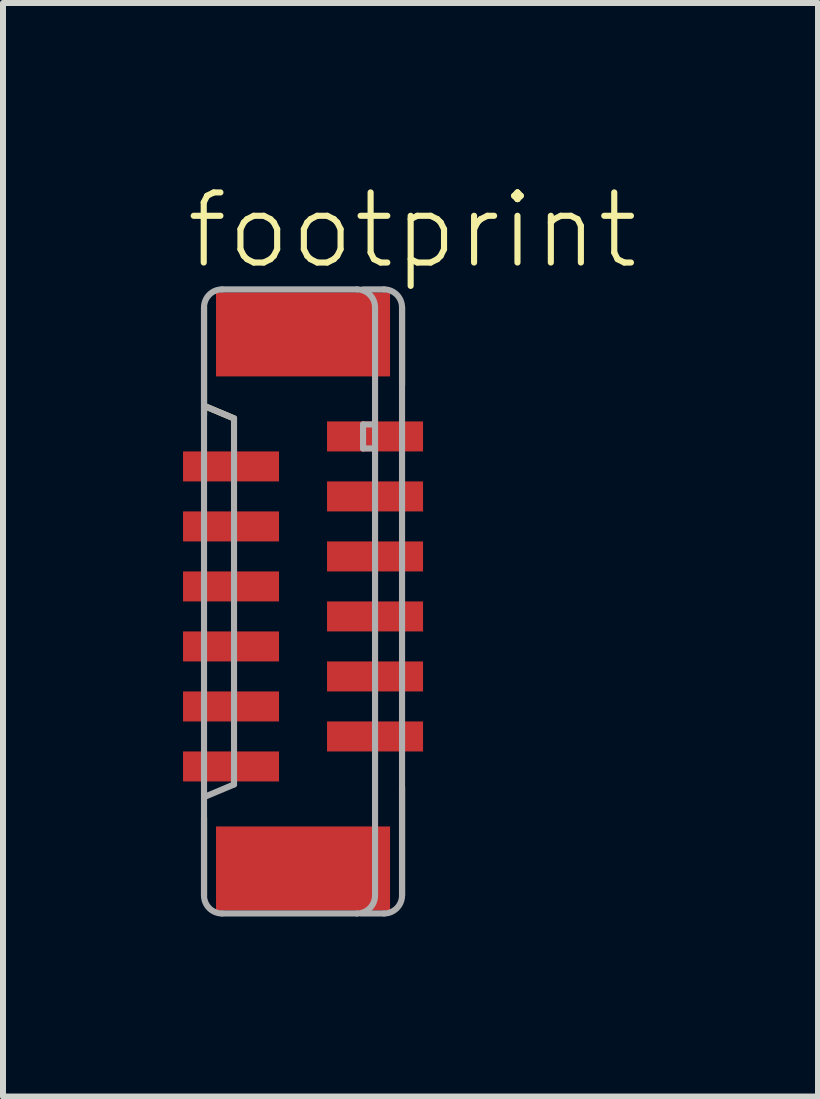
<source format=kicad_pcb>
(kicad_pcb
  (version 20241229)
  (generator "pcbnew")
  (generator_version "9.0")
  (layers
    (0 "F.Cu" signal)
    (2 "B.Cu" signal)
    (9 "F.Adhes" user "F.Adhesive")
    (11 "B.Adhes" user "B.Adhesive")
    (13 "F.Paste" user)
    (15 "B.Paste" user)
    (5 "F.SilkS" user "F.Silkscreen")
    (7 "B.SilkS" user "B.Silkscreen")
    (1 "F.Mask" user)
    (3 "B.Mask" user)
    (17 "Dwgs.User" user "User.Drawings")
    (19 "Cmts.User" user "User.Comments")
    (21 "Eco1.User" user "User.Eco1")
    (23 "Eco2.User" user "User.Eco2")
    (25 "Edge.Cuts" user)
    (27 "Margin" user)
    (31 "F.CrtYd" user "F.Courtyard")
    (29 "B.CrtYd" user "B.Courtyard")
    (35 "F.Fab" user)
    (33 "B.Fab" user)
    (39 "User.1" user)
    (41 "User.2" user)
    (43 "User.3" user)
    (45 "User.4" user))
  (footprint "footprint"
    (layer "F.Cu")
    (at 2 6.973)
    (property "Reference" "footprint" (at -2 -5.5 0) (layer "F.SilkS") (effects (font (size 1.168 1.168) (thickness 0.102)) (justify left bottom)))
    (fp_line (start -1.65 -4.9) (end -1.65 -3.1) (stroke (width 0.102) (type solid)) (layer "F.SilkS"))
    (fp_line (start -1.65 3.6) (end -1.65 4.9) (stroke (width 0.102) (type solid)) (layer "F.SilkS"))
    (fp_line (start -1.625 -3.25) (end -1.15 -3.05) (stroke (width 0.102) (type solid)) (layer "F.SilkS"))
    (fp_line (start 1.65 -3.6) (end 1.65 -4.9) (stroke (width 0.102) (type solid)) (layer "F.SilkS"))
    (fp_line (start 1.65 4.9) (end 1.65 3.1) (stroke (width 0.102) (type solid)) (layer "F.SilkS"))
    (fp_line (start -1.65 -4.9) (end -1.65 4.9) (stroke (width 0.102) (type solid)) (layer "F.Fab"))
    (fp_line (start -1.625 -3.25) (end -1.15 -3.05) (stroke (width 0.102) (type solid)) (layer "F.Fab"))
    (fp_line (start -1.35 5.2) (end 0.9 5.2) (stroke (width 0.102) (type solid)) (layer "F.Fab"))
    (fp_line (start -1.15 -3.05) (end -1.15 3.05) (stroke (width 0.102) (type solid)) (layer "F.Fab"))
    (fp_line (start -1.15 3.05) (end -1.625 3.25) (stroke (width 0.102) (type solid)) (layer "F.Fab"))
    (fp_line (start 0.9 -5.2) (end -1.35 -5.2) (stroke (width 0.102) (type solid)) (layer "F.Fab"))
    (fp_line (start 0.975 5.2) (end 1.35 5.2) (stroke (width 0.102) (type solid)) (layer "F.Fab"))
    (fp_line (start 1 -5.2) (end 1.35 -5.2) (stroke (width 0.102) (type solid)) (layer "F.Fab"))
    (fp_line (start 1 -2.95) (end 1 -2.55) (stroke (width 0.102) (type solid)) (layer "F.Fab"))
    (fp_line (start 1 -2.55) (end 1.15 -2.55) (stroke (width 0.102) (type solid)) (layer "F.Fab"))
    (fp_line (start 1.15 -2.95) (end 1 -2.95) (stroke (width 0.102) (type solid)) (layer "F.Fab"))
    (fp_line (start 1.2 4.9) (end 1.2 -4.9) (stroke (width 0.102) (type solid)) (layer "F.Fab"))
    (fp_line (start 1.65 4.9) (end 1.65 -4.9) (stroke (width 0.102) (type solid)) (layer "F.Fab"))
    (fp_arc (start -1.65 -4.9) (mid -1.562132 -5.112132) (end -1.35 -5.2) (stroke (width 0.1016) (type solid)) (layer "F.Fab"))
    (fp_arc (start -1.35 5.2) (mid -1.562132 5.112132) (end -1.65 4.9) (stroke (width 0.1016) (type solid)) (layer "F.Fab"))
    (fp_arc (start 0.9 -5.2) (mid 1.112132 -5.112132) (end 1.2 -4.9) (stroke (width 0.1016) (type solid)) (layer "F.Fab"))
    (fp_arc (start 1.2 4.9) (mid 1.112132 5.112132) (end 0.9 5.2) (stroke (width 0.1016) (type solid)) (layer "F.Fab"))
    (fp_arc (start 1.35 -5.2) (mid 1.562132 -5.112132) (end 1.65 -4.9) (stroke (width 0.1016) (type solid)) (layer "F.Fab"))
    (fp_arc (start 1.65 4.9) (mid 1.562132 5.112132) (end 1.35 5.2) (stroke (width 0.1016) (type solid)) (layer "F.Fab"))
    (pad "1" smd rect (at 1.2 -2.75 270) (size 0.5 1.6) (layers "F.Cu" "F.Mask" "F.Paste"))
    (pad "2" smd rect (at -1.2 -2.25 90) (size 0.5 1.6) (layers "F.Cu" "F.Mask" "F.Paste"))
    (pad "3" smd rect (at 1.2 -1.75 270) (size 0.5 1.6) (layers "F.Cu" "F.Mask" "F.Paste"))
    (pad "4" smd rect (at -1.2 -1.25 90) (size 0.5 1.6) (layers "F.Cu" "F.Mask" "F.Paste"))
    (pad "5" smd rect (at 1.2 -0.75 270) (size 0.5 1.6) (layers "F.Cu" "F.Mask" "F.Paste"))
    (pad "6" smd rect (at -1.2 -0.25 90) (size 0.5 1.6) (layers "F.Cu" "F.Mask" "F.Paste"))
    (pad "7" smd rect (at 1.2 0.25 270) (size 0.5 1.6) (layers "F.Cu" "F.Mask" "F.Paste"))
    (pad "8" smd rect (at -1.2 0.75 90) (size 0.5 1.6) (layers "F.Cu" "F.Mask" "F.Paste"))
    (pad "9" smd rect (at 1.2 1.25 270) (size 0.5 1.6) (layers "F.Cu" "F.Mask" "F.Paste"))
    (pad "10" smd rect (at -1.2 1.75 90) (size 0.5 1.6) (layers "F.Cu" "F.Mask" "F.Paste"))
    (pad "11" smd rect (at 1.2 2.25 270) (size 0.5 1.6) (layers "F.Cu" "F.Mask" "F.Paste"))
    (pad "12" smd rect (at -1.2 2.75 90) (size 0.5 1.6) (layers "F.Cu" "F.Mask" "F.Paste"))
    (pad "M1" smd rect (at 0 -4.45 270) (size 1.4 2.9) (layers "F.Cu" "F.Mask" "F.Paste"))
    (pad "M2" smd rect (at 0 4.45 270) (size 1.4 2.9) (layers "F.Cu" "F.Mask" "F.Paste")))
  (gr_rect
    (start -3 -3)
    (end 10.582 15.224)
    (stroke (width 0.1) (type default))
    (fill no)
    (layer "Edge.Cuts")))
</source>
